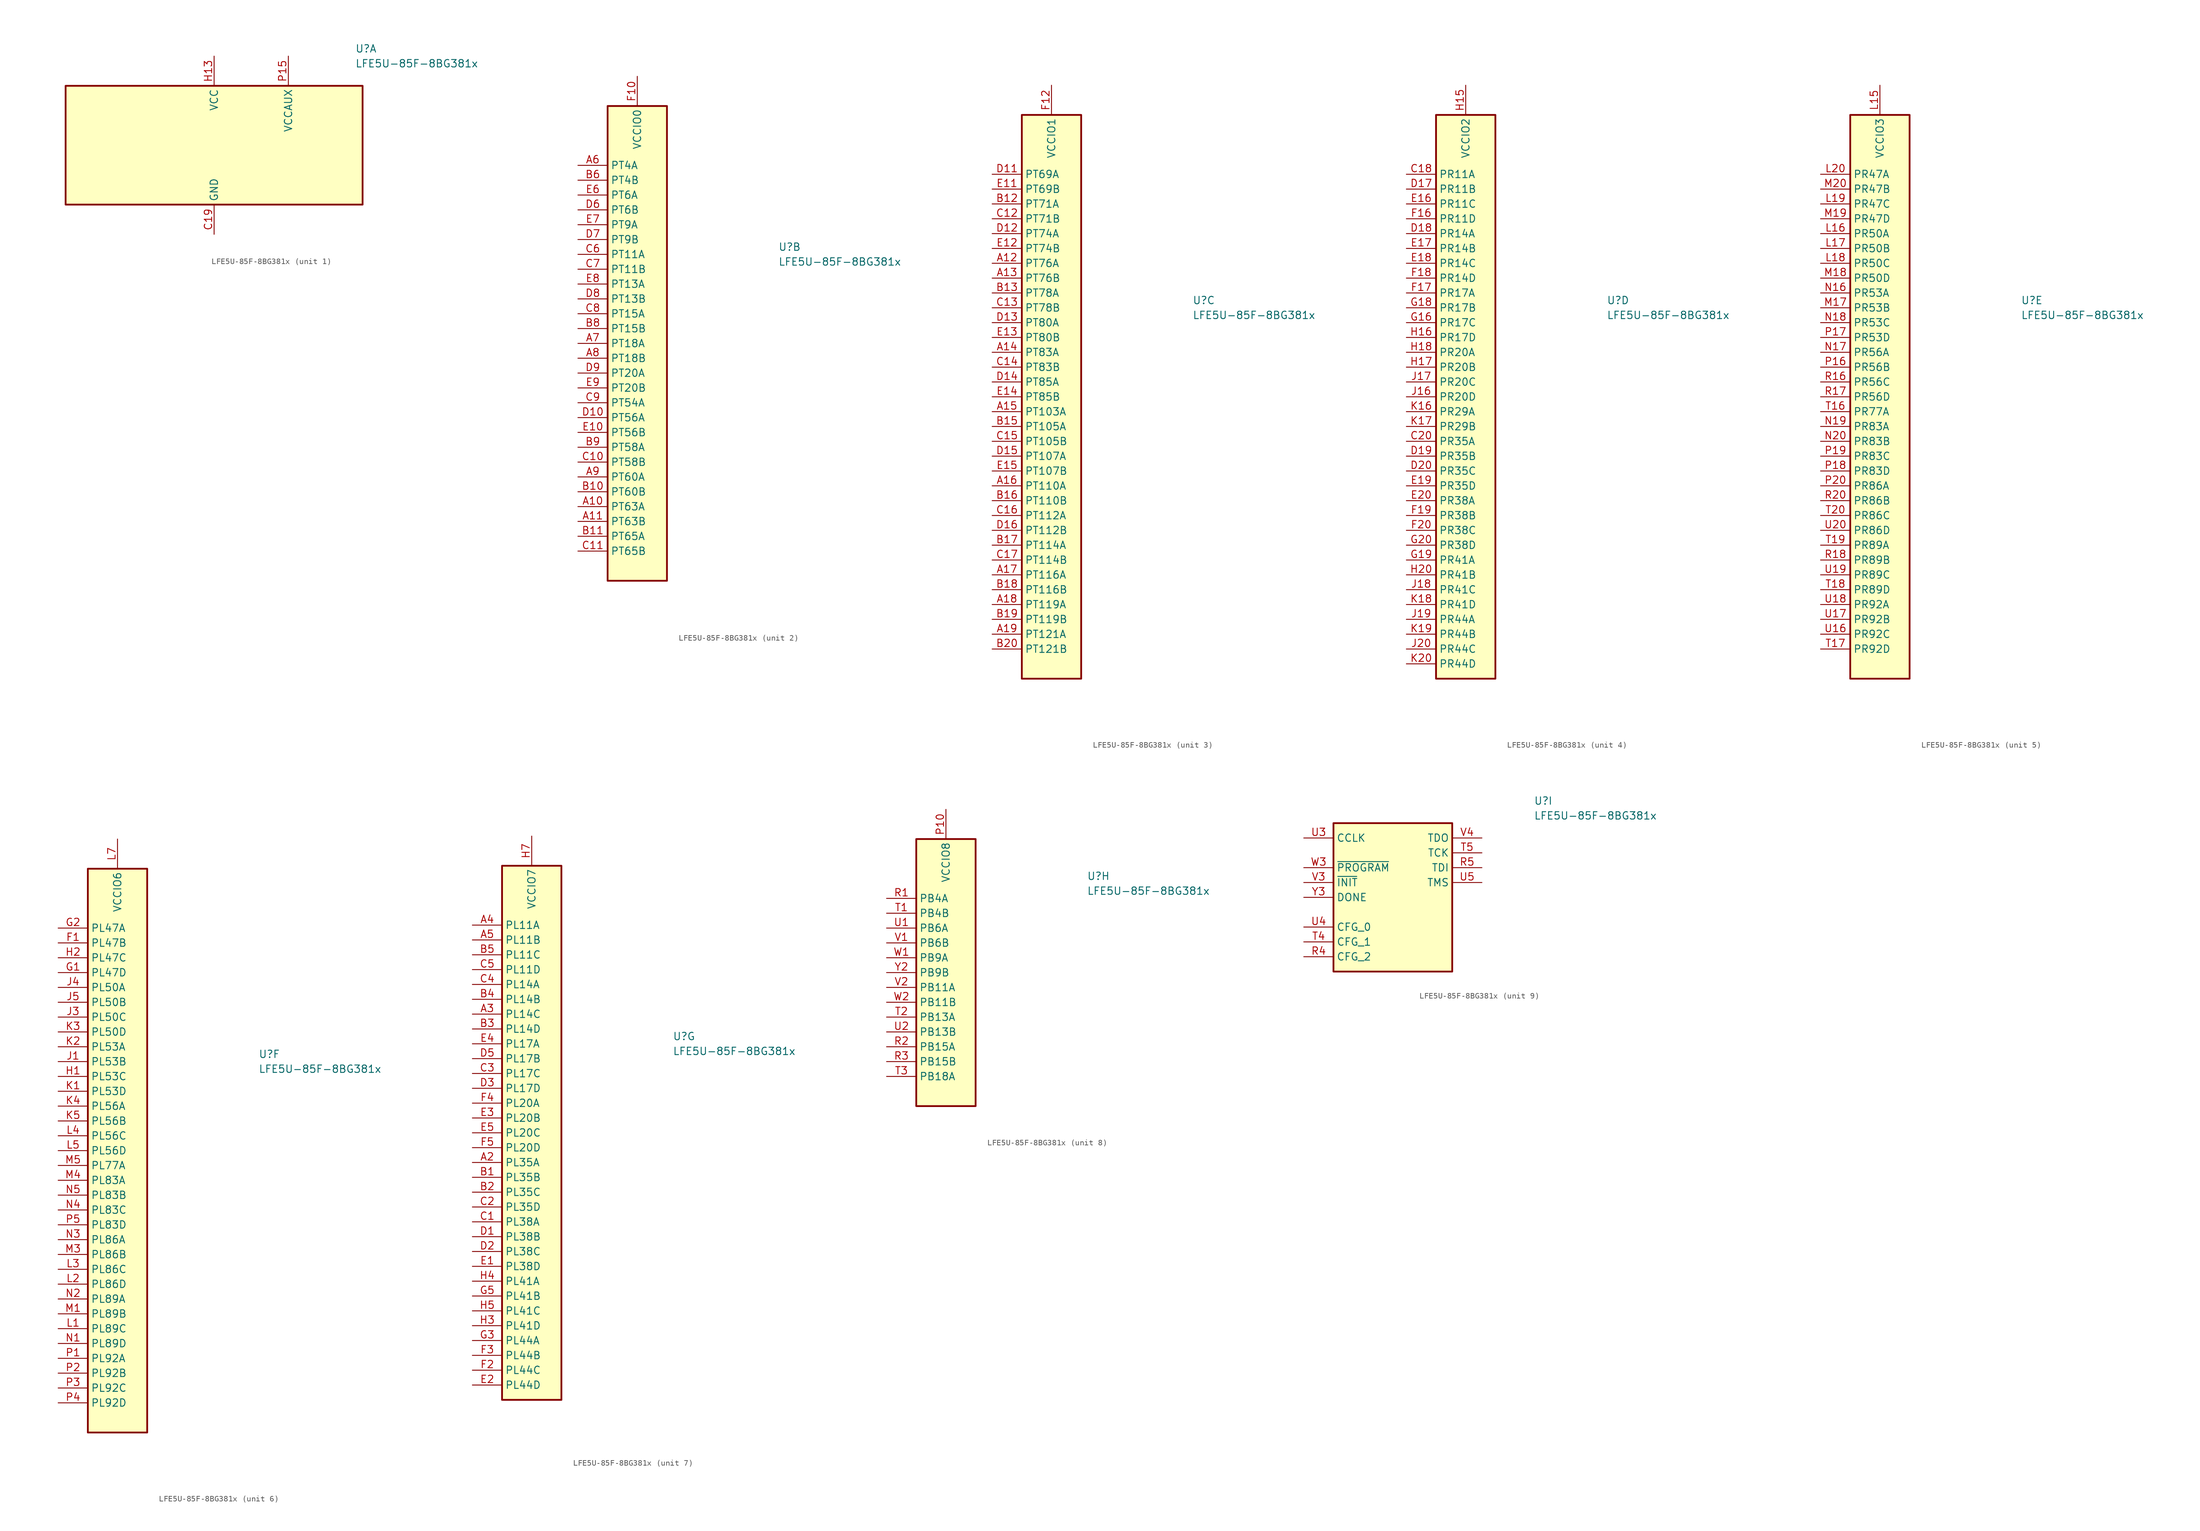
<source format=kicad_sym>
(kicad_symbol_lib
  (version 20201005)
  (generator kicad_symbol_editor)
  (symbol "FPGA_Lattice:LFE5U-85F-8BG381x"
    (property "Reference" "U"
      (at 24.13 16.51 0)
      (effects (font (size 1.27 1.27)) (justify left)))
    (property "Value" "LFE5U-85F-8BG381x"
      (at 24.13 13.97 0)
      (effects (font (size 1.27 1.27)) (justify left)))
    (property "ki_locked" ""
      (at 0 0 0)
      (effects (font (size 1.27 1.27))))
    (symbol "LFE5U-85F-8BG381x_1_1"
      (rectangle (start -25.4 10.16) (end 25.4 -10.16) (stroke (width 0.305)) (fill (type background)))
      (pin passive line (at 0 -15.24 90) (length 5.08) hide (name "GND" (effects (font (size 1.27 1.27)))) (number "U10" (effects (font (size 1.27 1.27)))))
      (pin passive line (at 0 -15.24 90) (length 5.08) hide (name "GND" (effects (font (size 1.27 1.27)))) (number "U11" (effects (font (size 1.27 1.27)))))
      (pin passive line (at 0 -15.24 90) (length 5.08) hide (name "GND" (effects (font (size 1.27 1.27)))) (number "U12" (effects (font (size 1.27 1.27)))))
      (pin passive line (at 0 -15.24 90) (length 5.08) hide (name "GND" (effects (font (size 1.27 1.27)))) (number "U13" (effects (font (size 1.27 1.27)))))
      (pin passive line (at 0 -15.24 90) (length 5.08) hide (name "GND" (effects (font (size 1.27 1.27)))) (number "U14" (effects (font (size 1.27 1.27)))))
      (pin passive line (at 0 -15.24 90) (length 5.08) hide (name "GND" (effects (font (size 1.27 1.27)))) (number "U7" (effects (font (size 1.27 1.27)))))
      (pin passive line (at 0 -15.24 90) (length 5.08) hide (name "GND" (effects (font (size 1.27 1.27)))) (number "U8" (effects (font (size 1.27 1.27)))))
      (pin passive line (at 0 -15.24 90) (length 5.08) hide (name "GND" (effects (font (size 1.27 1.27)))) (number "U9" (effects (font (size 1.27 1.27)))))
      (pin passive line (at 0 -15.24 90) (length 5.08) hide (name "GND" (effects (font (size 1.27 1.27)))) (number "V12" (effects (font (size 1.27 1.27)))))
      (pin passive line (at 0 -15.24 90) (length 5.08) hide (name "GND" (effects (font (size 1.27 1.27)))) (number "V13" (effects (font (size 1.27 1.27)))))
      (pin passive line (at 0 -15.24 90) (length 5.08) hide (name "GND" (effects (font (size 1.27 1.27)))) (number "V14" (effects (font (size 1.27 1.27)))))
      (pin passive line (at 0 -15.24 90) (length 5.08) hide (name "GND" (effects (font (size 1.27 1.27)))) (number "V15" (effects (font (size 1.27 1.27)))))
      (pin passive line (at 0 -15.24 90) (length 5.08) hide (name "GND" (effects (font (size 1.27 1.27)))) (number "V16" (effects (font (size 1.27 1.27)))))
      (pin passive line (at 0 -15.24 90) (length 5.08) hide (name "GND" (effects (font (size 1.27 1.27)))) (number "V19" (effects (font (size 1.27 1.27)))))
      (pin passive line (at 0 -15.24 90) (length 5.08) hide (name "GND" (effects (font (size 1.27 1.27)))) (number "V20" (effects (font (size 1.27 1.27)))))
      (pin passive line (at 0 -15.24 90) (length 5.08) hide (name "GND" (effects (font (size 1.27 1.27)))) (number "V5" (effects (font (size 1.27 1.27)))))
      (pin passive line (at 0 -15.24 90) (length 5.08) hide (name "GND" (effects (font (size 1.27 1.27)))) (number "V6" (effects (font (size 1.27 1.27)))))
      (pin passive line (at 0 -15.24 90) (length 5.08) hide (name "GND" (effects (font (size 1.27 1.27)))) (number "V7" (effects (font (size 1.27 1.27)))))
      (pin passive line (at 0 -15.24 90) (length 5.08) hide (name "GND" (effects (font (size 1.27 1.27)))) (number "V8" (effects (font (size 1.27 1.27)))))
      (pin passive line (at 0 -15.24 90) (length 5.08) hide (name "GND" (effects (font (size 1.27 1.27)))) (number "V9" (effects (font (size 1.27 1.27)))))
      (pin passive line (at 0 -15.24 90) (length 5.08) hide (name "GND" (effects (font (size 1.27 1.27)))) (number "W12" (effects (font (size 1.27 1.27)))))
      (pin passive line (at 0 -15.24 90) (length 5.08) hide (name "GND" (effects (font (size 1.27 1.27)))) (number "W15" (effects (font (size 1.27 1.27)))))
      (pin passive line (at 0 -15.24 90) (length 5.08) hide (name "GND" (effects (font (size 1.27 1.27)))) (number "W16" (effects (font (size 1.27 1.27)))))
      (pin passive line (at 0 -15.24 90) (length 5.08) hide (name "GND" (effects (font (size 1.27 1.27)))) (number "W19" (effects (font (size 1.27 1.27)))))
      (pin passive line (at 0 -15.24 90) (length 5.08) hide (name "GND" (effects (font (size 1.27 1.27)))) (number "W6" (effects (font (size 1.27 1.27)))))
      (pin passive line (at 0 -15.24 90) (length 5.08) hide (name "GND" (effects (font (size 1.27 1.27)))) (number "W7" (effects (font (size 1.27 1.27)))))
      (pin passive line (at 0 -15.24 90) (length 5.08) hide (name "GND" (effects (font (size 1.27 1.27)))) (number "B14" (effects (font (size 1.27 1.27)))))
      (pin passive line (at 0 -15.24 90) (length 5.08) hide (name "GND" (effects (font (size 1.27 1.27)))) (number "B7" (effects (font (size 1.27 1.27)))))
      (pin power_in line (at 0 -15.24 90) (length 5.08) (name "GND" (effects (font (size 1.27 1.27)))) (number "C19" (effects (font (size 1.27 1.27)))))
      (pin passive line (at 0 -15.24 90) (length 5.08) hide (name "GND" (effects (font (size 1.27 1.27)))) (number "D4" (effects (font (size 1.27 1.27)))))
      (pin passive line (at 0 -15.24 90) (length 5.08) hide (name "GND" (effects (font (size 1.27 1.27)))) (number "F13" (effects (font (size 1.27 1.27)))))
      (pin passive line (at 0 -15.24 90) (length 5.08) hide (name "GND" (effects (font (size 1.27 1.27)))) (number "F14" (effects (font (size 1.27 1.27)))))
      (pin passive line (at 12.7 15.24 270) (length 5.08) hide (name "VCCAUX" (effects (font (size 1.27 1.27)))) (number "F15" (effects (font (size 1.27 1.27)))))
      (pin passive line (at 12.7 15.24 270) (length 5.08) hide (name "VCCAUX" (effects (font (size 1.27 1.27)))) (number "F6" (effects (font (size 1.27 1.27)))))
      (pin passive line (at 0 -15.24 90) (length 5.08) hide (name "GND" (effects (font (size 1.27 1.27)))) (number "F7" (effects (font (size 1.27 1.27)))))
      (pin passive line (at 0 -15.24 90) (length 5.08) hide (name "GND" (effects (font (size 1.27 1.27)))) (number "F8" (effects (font (size 1.27 1.27)))))
      (pin passive line (at 0 -15.24 90) (length 5.08) hide (name "GND" (effects (font (size 1.27 1.27)))) (number "G10" (effects (font (size 1.27 1.27)))))
      (pin passive line (at 0 -15.24 90) (length 5.08) hide (name "GND" (effects (font (size 1.27 1.27)))) (number "G11" (effects (font (size 1.27 1.27)))))
      (pin passive line (at 0 -15.24 90) (length 5.08) hide (name "GND" (effects (font (size 1.27 1.27)))) (number "G12" (effects (font (size 1.27 1.27)))))
      (pin passive line (at 0 -15.24 90) (length 5.08) hide (name "GND" (effects (font (size 1.27 1.27)))) (number "G13" (effects (font (size 1.27 1.27)))))
      (pin passive line (at 0 -15.24 90) (length 5.08) hide (name "GND" (effects (font (size 1.27 1.27)))) (number "G14" (effects (font (size 1.27 1.27)))))
      (pin passive line (at 0 -15.24 90) (length 5.08) hide (name "GND" (effects (font (size 1.27 1.27)))) (number "G15" (effects (font (size 1.27 1.27)))))
      (pin passive line (at 0 -15.24 90) (length 5.08) hide (name "GND" (effects (font (size 1.27 1.27)))) (number "G17" (effects (font (size 1.27 1.27)))))
      (pin passive line (at 0 -15.24 90) (length 5.08) hide (name "GND" (effects (font (size 1.27 1.27)))) (number "G4" (effects (font (size 1.27 1.27)))))
      (pin passive line (at 0 -15.24 90) (length 5.08) hide (name "GND" (effects (font (size 1.27 1.27)))) (number "G6" (effects (font (size 1.27 1.27)))))
      (pin passive line (at 0 -15.24 90) (length 5.08) hide (name "GND" (effects (font (size 1.27 1.27)))) (number "G7" (effects (font (size 1.27 1.27)))))
      (pin passive line (at 0 -15.24 90) (length 5.08) hide (name "GND" (effects (font (size 1.27 1.27)))) (number "G8" (effects (font (size 1.27 1.27)))))
      (pin passive line (at 0 -15.24 90) (length 5.08) hide (name "GND" (effects (font (size 1.27 1.27)))) (number "G9" (effects (font (size 1.27 1.27)))))
      (pin passive line (at 0 15.24 270) (length 5.08) hide (name "VCC" (effects (font (size 1.27 1.27)))) (number "H10" (effects (font (size 1.27 1.27)))))
      (pin passive line (at 0 15.24 270) (length 5.08) hide (name "VCC" (effects (font (size 1.27 1.27)))) (number "H11" (effects (font (size 1.27 1.27)))))
      (pin passive line (at 0 15.24 270) (length 5.08) hide (name "VCC" (effects (font (size 1.27 1.27)))) (number "H12" (effects (font (size 1.27 1.27)))))
      (pin power_in line (at 0 15.24 270) (length 5.08) (name "VCC" (effects (font (size 1.27 1.27)))) (number "H13" (effects (font (size 1.27 1.27)))))
      (pin passive line (at 0 -15.24 90) (length 5.08) hide (name "GND" (effects (font (size 1.27 1.27)))) (number "H19" (effects (font (size 1.27 1.27)))))
      (pin passive line (at 0 15.24 270) (length 5.08) hide (name "VCC" (effects (font (size 1.27 1.27)))) (number "H8" (effects (font (size 1.27 1.27)))))
      (pin passive line (at 0 15.24 270) (length 5.08) hide (name "VCC" (effects (font (size 1.27 1.27)))) (number "H9" (effects (font (size 1.27 1.27)))))
      (pin passive line (at 0 -15.24 90) (length 5.08) hide (name "GND" (effects (font (size 1.27 1.27)))) (number "J10" (effects (font (size 1.27 1.27)))))
      (pin passive line (at 0 -15.24 90) (length 5.08) hide (name "GND" (effects (font (size 1.27 1.27)))) (number "J11" (effects (font (size 1.27 1.27)))))
      (pin passive line (at 0 -15.24 90) (length 5.08) hide (name "GND" (effects (font (size 1.27 1.27)))) (number "J12" (effects (font (size 1.27 1.27)))))
      (pin passive line (at 0 15.24 270) (length 5.08) hide (name "VCC" (effects (font (size 1.27 1.27)))) (number "J13" (effects (font (size 1.27 1.27)))))
      (pin passive line (at 0 -15.24 90) (length 5.08) hide (name "GND" (effects (font (size 1.27 1.27)))) (number "J14" (effects (font (size 1.27 1.27)))))
      (pin passive line (at 0 -15.24 90) (length 5.08) hide (name "GND" (effects (font (size 1.27 1.27)))) (number "J2" (effects (font (size 1.27 1.27)))))
      (pin passive line (at 0 -15.24 90) (length 5.08) hide (name "GND" (effects (font (size 1.27 1.27)))) (number "J7" (effects (font (size 1.27 1.27)))))
      (pin passive line (at 0 15.24 270) (length 5.08) hide (name "VCC" (effects (font (size 1.27 1.27)))) (number "J8" (effects (font (size 1.27 1.27)))))
      (pin passive line (at 0 -15.24 90) (length 5.08) hide (name "GND" (effects (font (size 1.27 1.27)))) (number "J9" (effects (font (size 1.27 1.27)))))
      (pin passive line (at 0 -15.24 90) (length 5.08) hide (name "GND" (effects (font (size 1.27 1.27)))) (number "K10" (effects (font (size 1.27 1.27)))))
      (pin passive line (at 0 -15.24 90) (length 5.08) hide (name "GND" (effects (font (size 1.27 1.27)))) (number "K11" (effects (font (size 1.27 1.27)))))
      (pin passive line (at 0 -15.24 90) (length 5.08) hide (name "GND" (effects (font (size 1.27 1.27)))) (number "K12" (effects (font (size 1.27 1.27)))))
      (pin passive line (at 0 15.24 270) (length 5.08) hide (name "VCC" (effects (font (size 1.27 1.27)))) (number "K13" (effects (font (size 1.27 1.27)))))
      (pin passive line (at 0 -15.24 90) (length 5.08) hide (name "GND" (effects (font (size 1.27 1.27)))) (number "K14" (effects (font (size 1.27 1.27)))))
      (pin passive line (at 0 -15.24 90) (length 5.08) hide (name "GND" (effects (font (size 1.27 1.27)))) (number "K15" (effects (font (size 1.27 1.27)))))
      (pin passive line (at 0 -15.24 90) (length 5.08) hide (name "GND" (effects (font (size 1.27 1.27)))) (number "K6" (effects (font (size 1.27 1.27)))))
      (pin passive line (at 0 -15.24 90) (length 5.08) hide (name "GND" (effects (font (size 1.27 1.27)))) (number "K7" (effects (font (size 1.27 1.27)))))
      (pin passive line (at 0 15.24 270) (length 5.08) hide (name "VCC" (effects (font (size 1.27 1.27)))) (number "K8" (effects (font (size 1.27 1.27)))))
      (pin passive line (at 0 -15.24 90) (length 5.08) hide (name "GND" (effects (font (size 1.27 1.27)))) (number "K9" (effects (font (size 1.27 1.27)))))
      (pin passive line (at 0 -15.24 90) (length 5.08) hide (name "GND" (effects (font (size 1.27 1.27)))) (number "L10" (effects (font (size 1.27 1.27)))))
      (pin passive line (at 0 -15.24 90) (length 5.08) hide (name "GND" (effects (font (size 1.27 1.27)))) (number "L11" (effects (font (size 1.27 1.27)))))
      (pin passive line (at 0 -15.24 90) (length 5.08) hide (name "GND" (effects (font (size 1.27 1.27)))) (number "L12" (effects (font (size 1.27 1.27)))))
      (pin passive line (at 0 15.24 270) (length 5.08) hide (name "VCC" (effects (font (size 1.27 1.27)))) (number "L13" (effects (font (size 1.27 1.27)))))
      (pin passive line (at 0 15.24 270) (length 5.08) hide (name "VCC" (effects (font (size 1.27 1.27)))) (number "L8" (effects (font (size 1.27 1.27)))))
      (pin passive line (at 0 -15.24 90) (length 5.08) hide (name "GND" (effects (font (size 1.27 1.27)))) (number "L9" (effects (font (size 1.27 1.27)))))
      (pin passive line (at 0 -15.24 90) (length 5.08) hide (name "GND" (effects (font (size 1.27 1.27)))) (number "M10" (effects (font (size 1.27 1.27)))))
      (pin passive line (at 0 -15.24 90) (length 5.08) hide (name "GND" (effects (font (size 1.27 1.27)))) (number "M11" (effects (font (size 1.27 1.27)))))
      (pin passive line (at 0 -15.24 90) (length 5.08) hide (name "GND" (effects (font (size 1.27 1.27)))) (number "M12" (effects (font (size 1.27 1.27)))))
      (pin passive line (at 0 15.24 270) (length 5.08) hide (name "VCC" (effects (font (size 1.27 1.27)))) (number "M13" (effects (font (size 1.27 1.27)))))
      (pin passive line (at 0 -15.24 90) (length 5.08) hide (name "GND" (effects (font (size 1.27 1.27)))) (number "M14" (effects (font (size 1.27 1.27)))))
      (pin passive line (at 0 -15.24 90) (length 5.08) hide (name "GND" (effects (font (size 1.27 1.27)))) (number "M16" (effects (font (size 1.27 1.27)))))
      (pin passive line (at 0 -15.24 90) (length 5.08) hide (name "GND" (effects (font (size 1.27 1.27)))) (number "M2" (effects (font (size 1.27 1.27)))))
      (pin passive line (at 0 -15.24 90) (length 5.08) hide (name "GND" (effects (font (size 1.27 1.27)))) (number "M7" (effects (font (size 1.27 1.27)))))
      (pin passive line (at 0 15.24 270) (length 5.08) hide (name "VCC" (effects (font (size 1.27 1.27)))) (number "M8" (effects (font (size 1.27 1.27)))))
      (pin passive line (at 0 -15.24 90) (length 5.08) hide (name "GND" (effects (font (size 1.27 1.27)))) (number "M9" (effects (font (size 1.27 1.27)))))
      (pin passive line (at 0 15.24 270) (length 5.08) hide (name "VCC" (effects (font (size 1.27 1.27)))) (number "N10" (effects (font (size 1.27 1.27)))))
      (pin passive line (at 0 15.24 270) (length 5.08) hide (name "VCC" (effects (font (size 1.27 1.27)))) (number "N11" (effects (font (size 1.27 1.27)))))
      (pin passive line (at 0 15.24 270) (length 5.08) hide (name "VCC" (effects (font (size 1.27 1.27)))) (number "N12" (effects (font (size 1.27 1.27)))))
      (pin passive line (at 0 15.24 270) (length 5.08) hide (name "VCC" (effects (font (size 1.27 1.27)))) (number "N13" (effects (font (size 1.27 1.27)))))
      (pin passive line (at 0 -15.24 90) (length 5.08) hide (name "GND" (effects (font (size 1.27 1.27)))) (number "N14" (effects (font (size 1.27 1.27)))))
      (pin passive line (at 0 -15.24 90) (length 5.08) hide (name "GND" (effects (font (size 1.27 1.27)))) (number "N15" (effects (font (size 1.27 1.27)))))
      (pin passive line (at 0 -15.24 90) (length 5.08) hide (name "GND" (effects (font (size 1.27 1.27)))) (number "N6" (effects (font (size 1.27 1.27)))))
      (pin passive line (at 0 -15.24 90) (length 5.08) hide (name "GND" (effects (font (size 1.27 1.27)))) (number "N7" (effects (font (size 1.27 1.27)))))
      (pin passive line (at 0 15.24 270) (length 5.08) hide (name "VCC" (effects (font (size 1.27 1.27)))) (number "N8" (effects (font (size 1.27 1.27)))))
      (pin passive line (at 0 15.24 270) (length 5.08) hide (name "VCC" (effects (font (size 1.27 1.27)))) (number "N9" (effects (font (size 1.27 1.27)))))
      (pin passive line (at 0 -15.24 90) (length 5.08) hide (name "GND" (effects (font (size 1.27 1.27)))) (number "P11" (effects (font (size 1.27 1.27)))))
      (pin passive line (at 0 -15.24 90) (length 5.08) hide (name "GND" (effects (font (size 1.27 1.27)))) (number "P12" (effects (font (size 1.27 1.27)))))
      (pin passive line (at 0 -15.24 90) (length 5.08) hide (name "GND" (effects (font (size 1.27 1.27)))) (number "P13" (effects (font (size 1.27 1.27)))))
      (pin passive line (at 0 -15.24 90) (length 5.08) hide (name "GND" (effects (font (size 1.27 1.27)))) (number "P14" (effects (font (size 1.27 1.27)))))
      (pin power_in line (at 12.7 15.24 270) (length 5.08) (name "VCCAUX" (effects (font (size 1.27 1.27)))) (number "P15" (effects (font (size 1.27 1.27)))))
      (pin passive line (at 12.7 15.24 270) (length 5.08) hide (name "VCCAUX" (effects (font (size 1.27 1.27)))) (number "P6" (effects (font (size 1.27 1.27)))))
      (pin passive line (at 0 -15.24 90) (length 5.08) hide (name "GND" (effects (font (size 1.27 1.27)))) (number "P7" (effects (font (size 1.27 1.27)))))
      (pin passive line (at 0 -15.24 90) (length 5.08) hide (name "GND" (effects (font (size 1.27 1.27)))) (number "P8" (effects (font (size 1.27 1.27)))))
      (pin passive line (at 0 -15.24 90) (length 5.08) hide (name "GND" (effects (font (size 1.27 1.27)))) (number "R19" (effects (font (size 1.27 1.27)))))
      (pin passive line (at 0 -15.24 90) (length 5.08) hide (name "GND" (effects (font (size 1.27 1.27)))) (number "T10" (effects (font (size 1.27 1.27)))))
      (pin passive line (at 0 -15.24 90) (length 5.08) hide (name "GND" (effects (font (size 1.27 1.27)))) (number "T11" (effects (font (size 1.27 1.27)))))
      (pin passive line (at 0 -15.24 90) (length 5.08) hide (name "GND" (effects (font (size 1.27 1.27)))) (number "T12" (effects (font (size 1.27 1.27)))))
      (pin passive line (at 0 -15.24 90) (length 5.08) hide (name "GND" (effects (font (size 1.27 1.27)))) (number "T13" (effects (font (size 1.27 1.27)))))
      (pin passive line (at 0 -15.24 90) (length 5.08) hide (name "GND" (effects (font (size 1.27 1.27)))) (number "T14" (effects (font (size 1.27 1.27)))))
      (pin passive line (at 0 -15.24 90) (length 5.08) hide (name "GND" (effects (font (size 1.27 1.27)))) (number "T15" (effects (font (size 1.27 1.27)))))
      (pin passive line (at 0 -15.24 90) (length 5.08) hide (name "GND" (effects (font (size 1.27 1.27)))) (number "T6" (effects (font (size 1.27 1.27)))))
      (pin passive line (at 0 -15.24 90) (length 5.08) hide (name "GND" (effects (font (size 1.27 1.27)))) (number "T7" (effects (font (size 1.27 1.27)))))
      (pin passive line (at 0 -15.24 90) (length 5.08) hide (name "GND" (effects (font (size 1.27 1.27)))) (number "T8" (effects (font (size 1.27 1.27)))))
      (pin passive line (at 0 -15.24 90) (length 5.08) hide (name "GND" (effects (font (size 1.27 1.27)))) (number "T9" (effects (font (size 1.27 1.27)))))
      (pin passive line (at 0 -15.24 90) (length 5.08) hide (name "GND" (effects (font (size 1.27 1.27)))) (number "U15" (effects (font (size 1.27 1.27)))))
      (pin passive line (at 0 -15.24 90) (length 5.08) hide (name "GND" (effects (font (size 1.27 1.27)))) (number "U6" (effects (font (size 1.27 1.27)))))
      (pin passive line (at 0 -15.24 90) (length 5.08) hide (name "GND" (effects (font (size 1.27 1.27)))) (number "V10" (effects (font (size 1.27 1.27)))))
      (pin passive line (at 0 -15.24 90) (length 5.08) hide (name "GND" (effects (font (size 1.27 1.27)))) (number "V11" (effects (font (size 1.27 1.27)))))
      (pin passive line (at 0 -15.24 90) (length 5.08) hide (name "GND" (effects (font (size 1.27 1.27)))) (number "V17" (effects (font (size 1.27 1.27)))))
      (pin passive line (at 0 -15.24 90) (length 5.08) hide (name "GND" (effects (font (size 1.27 1.27)))) (number "V18" (effects (font (size 1.27 1.27)))))
      (pin no_connect line (at 25.4 -5.08 180) (length 5.08) hide (name "RESERVED" (effects (font (size 1.27 1.27)))) (number "W13" (effects (font (size 1.27 1.27)))))
      (pin no_connect line (at 25.4 -2.54 180) (length 5.08) hide (name "RESERVED" (effects (font (size 1.27 1.27)))) (number "W14" (effects (font (size 1.27 1.27)))))
      (pin no_connect line (at 25.4 0 180) (length 5.08) hide (name "RESERVED" (effects (font (size 1.27 1.27)))) (number "W17" (effects (font (size 1.27 1.27)))))
      (pin no_connect line (at 25.4 2.54 180) (length 5.08) hide (name "RESERVED" (effects (font (size 1.27 1.27)))) (number "W18" (effects (font (size 1.27 1.27)))))
      (pin passive line (at 0 -15.24 90) (length 5.08) hide (name "GND" (effects (font (size 1.27 1.27)))) (number "W20" (effects (font (size 1.27 1.27)))))
      (pin no_connect line (at -25.4 2.54 0) (length 5.08) hide (name "RESERVED" (effects (font (size 1.27 1.27)))) (number "W4" (effects (font (size 1.27 1.27)))))
      (pin no_connect line (at -25.4 0 0) (length 5.08) hide (name "RESERVED" (effects (font (size 1.27 1.27)))) (number "W5" (effects (font (size 1.27 1.27)))))
      (pin no_connect line (at -25.4 -2.54 0) (length 5.08) hide (name "RESERVED" (effects (font (size 1.27 1.27)))) (number "W8" (effects (font (size 1.27 1.27)))))
      (pin no_connect line (at -25.4 -5.08 0) (length 5.08) hide (name "RESERVED" (effects (font (size 1.27 1.27)))) (number "W9" (effects (font (size 1.27 1.27)))))
      (pin passive line (at 0 -15.24 90) (length 5.08) hide (name "GND" (effects (font (size 1.27 1.27)))) (number "Y11" (effects (font (size 1.27 1.27)))))
      (pin passive line (at 0 -15.24 90) (length 5.08) hide (name "GND" (effects (font (size 1.27 1.27)))) (number "Y12" (effects (font (size 1.27 1.27)))))
      (pin passive line (at 0 -15.24 90) (length 5.08) hide (name "GND" (effects (font (size 1.27 1.27)))) (number "Y14" (effects (font (size 1.27 1.27)))))
      (pin passive line (at 0 -15.24 90) (length 5.08) hide (name "GND" (effects (font (size 1.27 1.27)))) (number "Y15" (effects (font (size 1.27 1.27)))))
      (pin passive line (at 0 -15.24 90) (length 5.08) hide (name "GND" (effects (font (size 1.27 1.27)))) (number "Y16" (effects (font (size 1.27 1.27)))))
      (pin passive line (at 0 -15.24 90) (length 5.08) hide (name "GND" (effects (font (size 1.27 1.27)))) (number "Y17" (effects (font (size 1.27 1.27)))))
      (pin passive line (at 0 -15.24 90) (length 5.08) hide (name "GND" (effects (font (size 1.27 1.27)))) (number "Y19" (effects (font (size 1.27 1.27)))))
      (pin passive line (at 0 -15.24 90) (length 5.08) hide (name "GND" (effects (font (size 1.27 1.27)))) (number "Y5" (effects (font (size 1.27 1.27)))))
      (pin passive line (at 0 -15.24 90) (length 5.08) hide (name "GND" (effects (font (size 1.27 1.27)))) (number "Y6" (effects (font (size 1.27 1.27)))))
      (pin passive line (at 0 -15.24 90) (length 5.08) hide (name "GND" (effects (font (size 1.27 1.27)))) (number "Y7" (effects (font (size 1.27 1.27)))))
      (pin passive line (at 0 -15.24 90) (length 5.08) hide (name "GND" (effects (font (size 1.27 1.27)))) (number "Y8" (effects (font (size 1.27 1.27))))))
    (symbol "LFE5U-85F-8BG381x_2_1"
      (rectangle (start -5.08 40.64) (end 5.08 -40.64) (stroke (width 0.305)) (fill (type background)))
      (pin bidirectional line (at -10.16 -27.94 0) (length 5.08) (name "PT63A" (effects (font (size 1.27 1.27)))) (number "A10" (effects (font (size 1.27 1.27)))))
      (pin bidirectional line (at -10.16 -30.48 0) (length 5.08) (name "PT63B" (effects (font (size 1.27 1.27)))) (number "A11" (effects (font (size 1.27 1.27)))))
      (pin bidirectional line (at -10.16 30.48 0) (length 5.08) (name "PT4A" (effects (font (size 1.27 1.27)))) (number "A6" (effects (font (size 1.27 1.27)))))
      (pin bidirectional line (at -10.16 0 0) (length 5.08) (name "PT18A" (effects (font (size 1.27 1.27)))) (number "A7" (effects (font (size 1.27 1.27)))))
      (pin bidirectional line (at -10.16 -2.54 0) (length 5.08) (name "PT18B" (effects (font (size 1.27 1.27)))) (number "A8" (effects (font (size 1.27 1.27)))))
      (pin bidirectional line (at -10.16 -22.86 0) (length 5.08) (name "PT60A" (effects (font (size 1.27 1.27)))) (number "A9" (effects (font (size 1.27 1.27)))))
      (pin bidirectional line (at -10.16 -25.4 0) (length 5.08) (name "PT60B" (effects (font (size 1.27 1.27)))) (number "B10" (effects (font (size 1.27 1.27)))))
      (pin bidirectional line (at -10.16 -33.02 0) (length 5.08) (name "PT65A" (effects (font (size 1.27 1.27)))) (number "B11" (effects (font (size 1.27 1.27)))))
      (pin bidirectional line (at -10.16 27.94 0) (length 5.08) (name "PT4B" (effects (font (size 1.27 1.27)))) (number "B6" (effects (font (size 1.27 1.27)))))
      (pin bidirectional line (at -10.16 2.54 0) (length 5.08) (name "PT15B" (effects (font (size 1.27 1.27)))) (number "B8" (effects (font (size 1.27 1.27)))))
      (pin bidirectional line (at -10.16 -17.78 0) (length 5.08) (name "PT58A" (effects (font (size 1.27 1.27)))) (number "B9" (effects (font (size 1.27 1.27)))))
      (pin bidirectional line (at -10.16 -20.32 0) (length 5.08) (name "PT58B" (effects (font (size 1.27 1.27)))) (number "C10" (effects (font (size 1.27 1.27)))))
      (pin bidirectional line (at -10.16 -35.56 0) (length 5.08) (name "PT65B" (effects (font (size 1.27 1.27)))) (number "C11" (effects (font (size 1.27 1.27)))))
      (pin bidirectional line (at -10.16 15.24 0) (length 5.08) (name "PT11A" (effects (font (size 1.27 1.27)))) (number "C6" (effects (font (size 1.27 1.27)))))
      (pin bidirectional line (at -10.16 12.7 0) (length 5.08) (name "PT11B" (effects (font (size 1.27 1.27)))) (number "C7" (effects (font (size 1.27 1.27)))))
      (pin bidirectional line (at -10.16 5.08 0) (length 5.08) (name "PT15A" (effects (font (size 1.27 1.27)))) (number "C8" (effects (font (size 1.27 1.27)))))
      (pin bidirectional line (at -10.16 -10.16 0) (length 5.08) (name "PT54A" (effects (font (size 1.27 1.27)))) (number "C9" (effects (font (size 1.27 1.27)))))
      (pin bidirectional line (at -10.16 -12.7 0) (length 5.08) (name "PT56A" (effects (font (size 1.27 1.27)))) (number "D10" (effects (font (size 1.27 1.27)))))
      (pin bidirectional line (at -10.16 22.86 0) (length 5.08) (name "PT6B" (effects (font (size 1.27 1.27)))) (number "D6" (effects (font (size 1.27 1.27)))))
      (pin bidirectional line (at -10.16 17.78 0) (length 5.08) (name "PT9B" (effects (font (size 1.27 1.27)))) (number "D7" (effects (font (size 1.27 1.27)))))
      (pin bidirectional line (at -10.16 7.62 0) (length 5.08) (name "PT13B" (effects (font (size 1.27 1.27)))) (number "D8" (effects (font (size 1.27 1.27)))))
      (pin bidirectional line (at -10.16 -5.08 0) (length 5.08) (name "PT20A" (effects (font (size 1.27 1.27)))) (number "D9" (effects (font (size 1.27 1.27)))))
      (pin bidirectional line (at -10.16 -15.24 0) (length 5.08) (name "PT56B" (effects (font (size 1.27 1.27)))) (number "E10" (effects (font (size 1.27 1.27)))))
      (pin bidirectional line (at -10.16 25.4 0) (length 5.08) (name "PT6A" (effects (font (size 1.27 1.27)))) (number "E6" (effects (font (size 1.27 1.27)))))
      (pin bidirectional line (at -10.16 20.32 0) (length 5.08) (name "PT9A" (effects (font (size 1.27 1.27)))) (number "E7" (effects (font (size 1.27 1.27)))))
      (pin bidirectional line (at -10.16 10.16 0) (length 5.08) (name "PT13A" (effects (font (size 1.27 1.27)))) (number "E8" (effects (font (size 1.27 1.27)))))
      (pin bidirectional line (at -10.16 -7.62 0) (length 5.08) (name "PT20B" (effects (font (size 1.27 1.27)))) (number "E9" (effects (font (size 1.27 1.27)))))
      (pin power_in line (at 0 45.72 270) (length 5.08) (name "VCCIO0" (effects (font (size 1.27 1.27)))) (number "F10" (effects (font (size 1.27 1.27)))))
      (pin passive line (at 0 45.72 270) (length 5.08) hide (name "VCCIO0" (effects (font (size 1.27 1.27)))) (number "F9" (effects (font (size 1.27 1.27))))))
    (symbol "LFE5U-85F-8BG381x_3_1"
      (rectangle (start -5.08 48.26) (end 5.08 -48.26) (stroke (width 0.305)) (fill (type background)))
      (pin bidirectional line (at -10.16 22.86 0) (length 5.08) (name "PT76A" (effects (font (size 1.27 1.27)))) (number "A12" (effects (font (size 1.27 1.27)))))
      (pin bidirectional line (at -10.16 20.32 0) (length 5.08) (name "PT76B" (effects (font (size 1.27 1.27)))) (number "A13" (effects (font (size 1.27 1.27)))))
      (pin bidirectional line (at -10.16 7.62 0) (length 5.08) (name "PT83A" (effects (font (size 1.27 1.27)))) (number "A14" (effects (font (size 1.27 1.27)))))
      (pin bidirectional line (at -10.16 -2.54 0) (length 5.08) (name "PT103A" (effects (font (size 1.27 1.27)))) (number "A15" (effects (font (size 1.27 1.27)))))
      (pin bidirectional line (at -10.16 -15.24 0) (length 5.08) (name "PT110A" (effects (font (size 1.27 1.27)))) (number "A16" (effects (font (size 1.27 1.27)))))
      (pin bidirectional line (at -10.16 -30.48 0) (length 5.08) (name "PT116A" (effects (font (size 1.27 1.27)))) (number "A17" (effects (font (size 1.27 1.27)))))
      (pin bidirectional line (at -10.16 -35.56 0) (length 5.08) (name "PT119A" (effects (font (size 1.27 1.27)))) (number "A18" (effects (font (size 1.27 1.27)))))
      (pin bidirectional line (at -10.16 -40.64 0) (length 5.08) (name "PT121A" (effects (font (size 1.27 1.27)))) (number "A19" (effects (font (size 1.27 1.27)))))
      (pin bidirectional line (at -10.16 33.02 0) (length 5.08) (name "PT71A" (effects (font (size 1.27 1.27)))) (number "B12" (effects (font (size 1.27 1.27)))))
      (pin bidirectional line (at -10.16 17.78 0) (length 5.08) (name "PT78A" (effects (font (size 1.27 1.27)))) (number "B13" (effects (font (size 1.27 1.27)))))
      (pin bidirectional line (at -10.16 -5.08 0) (length 5.08) (name "PT105A" (effects (font (size 1.27 1.27)))) (number "B15" (effects (font (size 1.27 1.27)))))
      (pin bidirectional line (at -10.16 -17.78 0) (length 5.08) (name "PT110B" (effects (font (size 1.27 1.27)))) (number "B16" (effects (font (size 1.27 1.27)))))
      (pin bidirectional line (at -10.16 -25.4 0) (length 5.08) (name "PT114A" (effects (font (size 1.27 1.27)))) (number "B17" (effects (font (size 1.27 1.27)))))
      (pin bidirectional line (at -10.16 -33.02 0) (length 5.08) (name "PT116B" (effects (font (size 1.27 1.27)))) (number "B18" (effects (font (size 1.27 1.27)))))
      (pin bidirectional line (at -10.16 -38.1 0) (length 5.08) (name "PT119B" (effects (font (size 1.27 1.27)))) (number "B19" (effects (font (size 1.27 1.27)))))
      (pin bidirectional line (at -10.16 -43.18 0) (length 5.08) (name "PT121B" (effects (font (size 1.27 1.27)))) (number "B20" (effects (font (size 1.27 1.27)))))
      (pin bidirectional line (at -10.16 30.48 0) (length 5.08) (name "PT71B" (effects (font (size 1.27 1.27)))) (number "C12" (effects (font (size 1.27 1.27)))))
      (pin bidirectional line (at -10.16 15.24 0) (length 5.08) (name "PT78B" (effects (font (size 1.27 1.27)))) (number "C13" (effects (font (size 1.27 1.27)))))
      (pin bidirectional line (at -10.16 5.08 0) (length 5.08) (name "PT83B" (effects (font (size 1.27 1.27)))) (number "C14" (effects (font (size 1.27 1.27)))))
      (pin bidirectional line (at -10.16 -7.62 0) (length 5.08) (name "PT105B" (effects (font (size 1.27 1.27)))) (number "C15" (effects (font (size 1.27 1.27)))))
      (pin bidirectional line (at -10.16 -20.32 0) (length 5.08) (name "PT112A" (effects (font (size 1.27 1.27)))) (number "C16" (effects (font (size 1.27 1.27)))))
      (pin bidirectional line (at -10.16 -27.94 0) (length 5.08) (name "PT114B" (effects (font (size 1.27 1.27)))) (number "C17" (effects (font (size 1.27 1.27)))))
      (pin bidirectional line (at -10.16 38.1 0) (length 5.08) (name "PT69A" (effects (font (size 1.27 1.27)))) (number "D11" (effects (font (size 1.27 1.27)))))
      (pin bidirectional line (at -10.16 27.94 0) (length 5.08) (name "PT74A" (effects (font (size 1.27 1.27)))) (number "D12" (effects (font (size 1.27 1.27)))))
      (pin bidirectional line (at -10.16 12.7 0) (length 5.08) (name "PT80A" (effects (font (size 1.27 1.27)))) (number "D13" (effects (font (size 1.27 1.27)))))
      (pin bidirectional line (at -10.16 2.54 0) (length 5.08) (name "PT85A" (effects (font (size 1.27 1.27)))) (number "D14" (effects (font (size 1.27 1.27)))))
      (pin bidirectional line (at -10.16 -10.16 0) (length 5.08) (name "PT107A" (effects (font (size 1.27 1.27)))) (number "D15" (effects (font (size 1.27 1.27)))))
      (pin bidirectional line (at -10.16 -22.86 0) (length 5.08) (name "PT112B" (effects (font (size 1.27 1.27)))) (number "D16" (effects (font (size 1.27 1.27)))))
      (pin bidirectional line (at -10.16 35.56 0) (length 5.08) (name "PT69B" (effects (font (size 1.27 1.27)))) (number "E11" (effects (font (size 1.27 1.27)))))
      (pin bidirectional line (at -10.16 25.4 0) (length 5.08) (name "PT74B" (effects (font (size 1.27 1.27)))) (number "E12" (effects (font (size 1.27 1.27)))))
      (pin bidirectional line (at -10.16 10.16 0) (length 5.08) (name "PT80B" (effects (font (size 1.27 1.27)))) (number "E13" (effects (font (size 1.27 1.27)))))
      (pin bidirectional line (at -10.16 0 0) (length 5.08) (name "PT85B" (effects (font (size 1.27 1.27)))) (number "E14" (effects (font (size 1.27 1.27)))))
      (pin bidirectional line (at -10.16 -12.7 0) (length 5.08) (name "PT107B" (effects (font (size 1.27 1.27)))) (number "E15" (effects (font (size 1.27 1.27)))))
      (pin passive line (at 0 53.34 270) (length 5.08) hide (name "VCCIO1" (effects (font (size 1.27 1.27)))) (number "F11" (effects (font (size 1.27 1.27)))))
      (pin power_in line (at 0 53.34 270) (length 5.08) (name "VCCIO1" (effects (font (size 1.27 1.27)))) (number "F12" (effects (font (size 1.27 1.27))))))
    (symbol "LFE5U-85F-8BG381x_4_1"
      (rectangle (start -5.08 48.26) (end 5.08 -48.26) (stroke (width 0.305)) (fill (type background)))
      (pin bidirectional line (at -10.16 38.1 0) (length 5.08) (name "PR11A" (effects (font (size 1.27 1.27)))) (number "C18" (effects (font (size 1.27 1.27)))))
      (pin bidirectional line (at -10.16 -7.62 0) (length 5.08) (name "PR35A" (effects (font (size 1.27 1.27)))) (number "C20" (effects (font (size 1.27 1.27)))))
      (pin bidirectional line (at -10.16 35.56 0) (length 5.08) (name "PR11B" (effects (font (size 1.27 1.27)))) (number "D17" (effects (font (size 1.27 1.27)))))
      (pin bidirectional line (at -10.16 27.94 0) (length 5.08) (name "PR14A" (effects (font (size 1.27 1.27)))) (number "D18" (effects (font (size 1.27 1.27)))))
      (pin bidirectional line (at -10.16 -10.16 0) (length 5.08) (name "PR35B" (effects (font (size 1.27 1.27)))) (number "D19" (effects (font (size 1.27 1.27)))))
      (pin bidirectional line (at -10.16 -12.7 0) (length 5.08) (name "PR35C" (effects (font (size 1.27 1.27)))) (number "D20" (effects (font (size 1.27 1.27)))))
      (pin bidirectional line (at -10.16 33.02 0) (length 5.08) (name "PR11C" (effects (font (size 1.27 1.27)))) (number "E16" (effects (font (size 1.27 1.27)))))
      (pin bidirectional line (at -10.16 25.4 0) (length 5.08) (name "PR14B" (effects (font (size 1.27 1.27)))) (number "E17" (effects (font (size 1.27 1.27)))))
      (pin bidirectional line (at -10.16 22.86 0) (length 5.08) (name "PR14C" (effects (font (size 1.27 1.27)))) (number "E18" (effects (font (size 1.27 1.27)))))
      (pin bidirectional line (at -10.16 -15.24 0) (length 5.08) (name "PR35D" (effects (font (size 1.27 1.27)))) (number "E19" (effects (font (size 1.27 1.27)))))
      (pin bidirectional line (at -10.16 -17.78 0) (length 5.08) (name "PR38A" (effects (font (size 1.27 1.27)))) (number "E20" (effects (font (size 1.27 1.27)))))
      (pin bidirectional line (at -10.16 30.48 0) (length 5.08) (name "PR11D" (effects (font (size 1.27 1.27)))) (number "F16" (effects (font (size 1.27 1.27)))))
      (pin bidirectional line (at -10.16 17.78 0) (length 5.08) (name "PR17A" (effects (font (size 1.27 1.27)))) (number "F17" (effects (font (size 1.27 1.27)))))
      (pin bidirectional line (at -10.16 20.32 0) (length 5.08) (name "PR14D" (effects (font (size 1.27 1.27)))) (number "F18" (effects (font (size 1.27 1.27)))))
      (pin bidirectional line (at -10.16 -20.32 0) (length 5.08) (name "PR38B" (effects (font (size 1.27 1.27)))) (number "F19" (effects (font (size 1.27 1.27)))))
      (pin bidirectional line (at -10.16 -22.86 0) (length 5.08) (name "PR38C" (effects (font (size 1.27 1.27)))) (number "F20" (effects (font (size 1.27 1.27)))))
      (pin bidirectional line (at -10.16 12.7 0) (length 5.08) (name "PR17C" (effects (font (size 1.27 1.27)))) (number "G16" (effects (font (size 1.27 1.27)))))
      (pin bidirectional line (at -10.16 15.24 0) (length 5.08) (name "PR17B" (effects (font (size 1.27 1.27)))) (number "G18" (effects (font (size 1.27 1.27)))))
      (pin bidirectional line (at -10.16 -27.94 0) (length 5.08) (name "PR41A" (effects (font (size 1.27 1.27)))) (number "G19" (effects (font (size 1.27 1.27)))))
      (pin bidirectional line (at -10.16 -25.4 0) (length 5.08) (name "PR38D" (effects (font (size 1.27 1.27)))) (number "G20" (effects (font (size 1.27 1.27)))))
      (pin passive line (at 0 53.34 270) (length 5.08) hide (name "VCCIO2" (effects (font (size 1.27 1.27)))) (number "H14" (effects (font (size 1.27 1.27)))))
      (pin power_in line (at 0 53.34 270) (length 5.08) (name "VCCIO2" (effects (font (size 1.27 1.27)))) (number "H15" (effects (font (size 1.27 1.27)))))
      (pin bidirectional line (at -10.16 10.16 0) (length 5.08) (name "PR17D" (effects (font (size 1.27 1.27)))) (number "H16" (effects (font (size 1.27 1.27)))))
      (pin bidirectional line (at -10.16 5.08 0) (length 5.08) (name "PR20B" (effects (font (size 1.27 1.27)))) (number "H17" (effects (font (size 1.27 1.27)))))
      (pin bidirectional line (at -10.16 7.62 0) (length 5.08) (name "PR20A" (effects (font (size 1.27 1.27)))) (number "H18" (effects (font (size 1.27 1.27)))))
      (pin bidirectional line (at -10.16 -30.48 0) (length 5.08) (name "PR41B" (effects (font (size 1.27 1.27)))) (number "H20" (effects (font (size 1.27 1.27)))))
      (pin passive line (at 0 53.34 270) (length 5.08) hide (name "VCCIO2" (effects (font (size 1.27 1.27)))) (number "J15" (effects (font (size 1.27 1.27)))))
      (pin bidirectional line (at -10.16 0 0) (length 5.08) (name "PR20D" (effects (font (size 1.27 1.27)))) (number "J16" (effects (font (size 1.27 1.27)))))
      (pin bidirectional line (at -10.16 2.54 0) (length 5.08) (name "PR20C" (effects (font (size 1.27 1.27)))) (number "J17" (effects (font (size 1.27 1.27)))))
      (pin bidirectional line (at -10.16 -33.02 0) (length 5.08) (name "PR41C" (effects (font (size 1.27 1.27)))) (number "J18" (effects (font (size 1.27 1.27)))))
      (pin bidirectional line (at -10.16 -38.1 0) (length 5.08) (name "PR44A" (effects (font (size 1.27 1.27)))) (number "J19" (effects (font (size 1.27 1.27)))))
      (pin bidirectional line (at -10.16 -43.18 0) (length 5.08) (name "PR44C" (effects (font (size 1.27 1.27)))) (number "J20" (effects (font (size 1.27 1.27)))))
      (pin bidirectional line (at -10.16 -2.54 0) (length 5.08) (name "PR29A" (effects (font (size 1.27 1.27)))) (number "K16" (effects (font (size 1.27 1.27)))))
      (pin bidirectional line (at -10.16 -5.08 0) (length 5.08) (name "PR29B" (effects (font (size 1.27 1.27)))) (number "K17" (effects (font (size 1.27 1.27)))))
      (pin bidirectional line (at -10.16 -35.56 0) (length 5.08) (name "PR41D" (effects (font (size 1.27 1.27)))) (number "K18" (effects (font (size 1.27 1.27)))))
      (pin bidirectional line (at -10.16 -40.64 0) (length 5.08) (name "PR44B" (effects (font (size 1.27 1.27)))) (number "K19" (effects (font (size 1.27 1.27)))))
      (pin bidirectional line (at -10.16 -45.72 0) (length 5.08) (name "PR44D" (effects (font (size 1.27 1.27)))) (number "K20" (effects (font (size 1.27 1.27))))))
    (symbol "LFE5U-85F-8BG381x_5_1"
      (rectangle (start -5.08 48.26) (end 5.08 -48.26) (stroke (width 0.305)) (fill (type background)))
      (pin passive line (at 0 53.34 270) (length 5.08) hide (name "VCCIO3" (effects (font (size 1.27 1.27)))) (number "L14" (effects (font (size 1.27 1.27)))))
      (pin power_in line (at 0 53.34 270) (length 5.08) (name "VCCIO3" (effects (font (size 1.27 1.27)))) (number "L15" (effects (font (size 1.27 1.27)))))
      (pin bidirectional line (at -10.16 27.94 0) (length 5.08) (name "PR50A" (effects (font (size 1.27 1.27)))) (number "L16" (effects (font (size 1.27 1.27)))))
      (pin bidirectional line (at -10.16 25.4 0) (length 5.08) (name "PR50B" (effects (font (size 1.27 1.27)))) (number "L17" (effects (font (size 1.27 1.27)))))
      (pin bidirectional line (at -10.16 22.86 0) (length 5.08) (name "PR50C" (effects (font (size 1.27 1.27)))) (number "L18" (effects (font (size 1.27 1.27)))))
      (pin bidirectional line (at -10.16 33.02 0) (length 5.08) (name "PR47C" (effects (font (size 1.27 1.27)))) (number "L19" (effects (font (size 1.27 1.27)))))
      (pin bidirectional line (at -10.16 38.1 0) (length 5.08) (name "PR47A" (effects (font (size 1.27 1.27)))) (number "L20" (effects (font (size 1.27 1.27)))))
      (pin passive line (at 0 53.34 270) (length 5.08) hide (name "VCCIO3" (effects (font (size 1.27 1.27)))) (number "M15" (effects (font (size 1.27 1.27)))))
      (pin bidirectional line (at -10.16 15.24 0) (length 5.08) (name "PR53B" (effects (font (size 1.27 1.27)))) (number "M17" (effects (font (size 1.27 1.27)))))
      (pin bidirectional line (at -10.16 20.32 0) (length 5.08) (name "PR50D" (effects (font (size 1.27 1.27)))) (number "M18" (effects (font (size 1.27 1.27)))))
      (pin bidirectional line (at -10.16 30.48 0) (length 5.08) (name "PR47D" (effects (font (size 1.27 1.27)))) (number "M19" (effects (font (size 1.27 1.27)))))
      (pin bidirectional line (at -10.16 35.56 0) (length 5.08) (name "PR47B" (effects (font (size 1.27 1.27)))) (number "M20" (effects (font (size 1.27 1.27)))))
      (pin bidirectional line (at -10.16 17.78 0) (length 5.08) (name "PR53A" (effects (font (size 1.27 1.27)))) (number "N16" (effects (font (size 1.27 1.27)))))
      (pin bidirectional line (at -10.16 7.62 0) (length 5.08) (name "PR56A" (effects (font (size 1.27 1.27)))) (number "N17" (effects (font (size 1.27 1.27)))))
      (pin bidirectional line (at -10.16 12.7 0) (length 5.08) (name "PR53C" (effects (font (size 1.27 1.27)))) (number "N18" (effects (font (size 1.27 1.27)))))
      (pin bidirectional line (at -10.16 -5.08 0) (length 5.08) (name "PR83A" (effects (font (size 1.27 1.27)))) (number "N19" (effects (font (size 1.27 1.27)))))
      (pin bidirectional line (at -10.16 -7.62 0) (length 5.08) (name "PR83B" (effects (font (size 1.27 1.27)))) (number "N20" (effects (font (size 1.27 1.27)))))
      (pin bidirectional line (at -10.16 5.08 0) (length 5.08) (name "PR56B" (effects (font (size 1.27 1.27)))) (number "P16" (effects (font (size 1.27 1.27)))))
      (pin bidirectional line (at -10.16 10.16 0) (length 5.08) (name "PR53D" (effects (font (size 1.27 1.27)))) (number "P17" (effects (font (size 1.27 1.27)))))
      (pin bidirectional line (at -10.16 -12.7 0) (length 5.08) (name "PR83D" (effects (font (size 1.27 1.27)))) (number "P18" (effects (font (size 1.27 1.27)))))
      (pin bidirectional line (at -10.16 -10.16 0) (length 5.08) (name "PR83C" (effects (font (size 1.27 1.27)))) (number "P19" (effects (font (size 1.27 1.27)))))
      (pin bidirectional line (at -10.16 -15.24 0) (length 5.08) (name "PR86A" (effects (font (size 1.27 1.27)))) (number "P20" (effects (font (size 1.27 1.27)))))
      (pin bidirectional line (at -10.16 2.54 0) (length 5.08) (name "PR56C" (effects (font (size 1.27 1.27)))) (number "R16" (effects (font (size 1.27 1.27)))))
      (pin bidirectional line (at -10.16 0 0) (length 5.08) (name "PR56D" (effects (font (size 1.27 1.27)))) (number "R17" (effects (font (size 1.27 1.27)))))
      (pin bidirectional line (at -10.16 -27.94 0) (length 5.08) (name "PR89B" (effects (font (size 1.27 1.27)))) (number "R18" (effects (font (size 1.27 1.27)))))
      (pin bidirectional line (at -10.16 -17.78 0) (length 5.08) (name "PR86B" (effects (font (size 1.27 1.27)))) (number "R20" (effects (font (size 1.27 1.27)))))
      (pin bidirectional line (at -10.16 -2.54 0) (length 5.08) (name "PR77A" (effects (font (size 1.27 1.27)))) (number "T16" (effects (font (size 1.27 1.27)))))
      (pin bidirectional line (at -10.16 -43.18 0) (length 5.08) (name "PR92D" (effects (font (size 1.27 1.27)))) (number "T17" (effects (font (size 1.27 1.27)))))
      (pin bidirectional line (at -10.16 -33.02 0) (length 5.08) (name "PR89D" (effects (font (size 1.27 1.27)))) (number "T18" (effects (font (size 1.27 1.27)))))
      (pin bidirectional line (at -10.16 -25.4 0) (length 5.08) (name "PR89A" (effects (font (size 1.27 1.27)))) (number "T19" (effects (font (size 1.27 1.27)))))
      (pin bidirectional line (at -10.16 -20.32 0) (length 5.08) (name "PR86C" (effects (font (size 1.27 1.27)))) (number "T20" (effects (font (size 1.27 1.27)))))
      (pin bidirectional line (at -10.16 -40.64 0) (length 5.08) (name "PR92C" (effects (font (size 1.27 1.27)))) (number "U16" (effects (font (size 1.27 1.27)))))
      (pin bidirectional line (at -10.16 -38.1 0) (length 5.08) (name "PR92B" (effects (font (size 1.27 1.27)))) (number "U17" (effects (font (size 1.27 1.27)))))
      (pin bidirectional line (at -10.16 -35.56 0) (length 5.08) (name "PR92A" (effects (font (size 1.27 1.27)))) (number "U18" (effects (font (size 1.27 1.27)))))
      (pin bidirectional line (at -10.16 -30.48 0) (length 5.08) (name "PR89C" (effects (font (size 1.27 1.27)))) (number "U19" (effects (font (size 1.27 1.27)))))
      (pin bidirectional line (at -10.16 -22.86 0) (length 5.08) (name "PR86D" (effects (font (size 1.27 1.27)))) (number "U20" (effects (font (size 1.27 1.27))))))
    (symbol "LFE5U-85F-8BG381x_6_1"
      (rectangle (start -5.08 48.26) (end 5.08 -48.26) (stroke (width 0.305)) (fill (type background)))
      (pin bidirectional line (at -10.16 35.56 0) (length 5.08) (name "PL47B" (effects (font (size 1.27 1.27)))) (number "F1" (effects (font (size 1.27 1.27)))))
      (pin bidirectional line (at -10.16 30.48 0) (length 5.08) (name "PL47D" (effects (font (size 1.27 1.27)))) (number "G1" (effects (font (size 1.27 1.27)))))
      (pin bidirectional line (at -10.16 38.1 0) (length 5.08) (name "PL47A" (effects (font (size 1.27 1.27)))) (number "G2" (effects (font (size 1.27 1.27)))))
      (pin bidirectional line (at -10.16 12.7 0) (length 5.08) (name "PL53C" (effects (font (size 1.27 1.27)))) (number "H1" (effects (font (size 1.27 1.27)))))
      (pin bidirectional line (at -10.16 33.02 0) (length 5.08) (name "PL47C" (effects (font (size 1.27 1.27)))) (number "H2" (effects (font (size 1.27 1.27)))))
      (pin bidirectional line (at -10.16 15.24 0) (length 5.08) (name "PL53B" (effects (font (size 1.27 1.27)))) (number "J1" (effects (font (size 1.27 1.27)))))
      (pin bidirectional line (at -10.16 22.86 0) (length 5.08) (name "PL50C" (effects (font (size 1.27 1.27)))) (number "J3" (effects (font (size 1.27 1.27)))))
      (pin bidirectional line (at -10.16 27.94 0) (length 5.08) (name "PL50A" (effects (font (size 1.27 1.27)))) (number "J4" (effects (font (size 1.27 1.27)))))
      (pin bidirectional line (at -10.16 25.4 0) (length 5.08) (name "PL50B" (effects (font (size 1.27 1.27)))) (number "J5" (effects (font (size 1.27 1.27)))))
      (pin bidirectional line (at -10.16 10.16 0) (length 5.08) (name "PL53D" (effects (font (size 1.27 1.27)))) (number "K1" (effects (font (size 1.27 1.27)))))
      (pin bidirectional line (at -10.16 17.78 0) (length 5.08) (name "PL53A" (effects (font (size 1.27 1.27)))) (number "K2" (effects (font (size 1.27 1.27)))))
      (pin bidirectional line (at -10.16 20.32 0) (length 5.08) (name "PL50D" (effects (font (size 1.27 1.27)))) (number "K3" (effects (font (size 1.27 1.27)))))
      (pin bidirectional line (at -10.16 7.62 0) (length 5.08) (name "PL56A" (effects (font (size 1.27 1.27)))) (number "K4" (effects (font (size 1.27 1.27)))))
      (pin bidirectional line (at -10.16 5.08 0) (length 5.08) (name "PL56B" (effects (font (size 1.27 1.27)))) (number "K5" (effects (font (size 1.27 1.27)))))
      (pin bidirectional line (at -10.16 -30.48 0) (length 5.08) (name "PL89C" (effects (font (size 1.27 1.27)))) (number "L1" (effects (font (size 1.27 1.27)))))
      (pin bidirectional line (at -10.16 -22.86 0) (length 5.08) (name "PL86D" (effects (font (size 1.27 1.27)))) (number "L2" (effects (font (size 1.27 1.27)))))
      (pin bidirectional line (at -10.16 -20.32 0) (length 5.08) (name "PL86C" (effects (font (size 1.27 1.27)))) (number "L3" (effects (font (size 1.27 1.27)))))
      (pin bidirectional line (at -10.16 2.54 0) (length 5.08) (name "PL56C" (effects (font (size 1.27 1.27)))) (number "L4" (effects (font (size 1.27 1.27)))))
      (pin bidirectional line (at -10.16 0 0) (length 5.08) (name "PL56D" (effects (font (size 1.27 1.27)))) (number "L5" (effects (font (size 1.27 1.27)))))
      (pin passive line (at 0 53.34 270) (length 5.08) hide (name "VCCIO6" (effects (font (size 1.27 1.27)))) (number "L6" (effects (font (size 1.27 1.27)))))
      (pin power_in line (at 0 53.34 270) (length 5.08) (name "VCCIO6" (effects (font (size 1.27 1.27)))) (number "L7" (effects (font (size 1.27 1.27)))))
      (pin bidirectional line (at -10.16 -27.94 0) (length 5.08) (name "PL89B" (effects (font (size 1.27 1.27)))) (number "M1" (effects (font (size 1.27 1.27)))))
      (pin bidirectional line (at -10.16 -17.78 0) (length 5.08) (name "PL86B" (effects (font (size 1.27 1.27)))) (number "M3" (effects (font (size 1.27 1.27)))))
      (pin bidirectional line (at -10.16 -5.08 0) (length 5.08) (name "PL83A" (effects (font (size 1.27 1.27)))) (number "M4" (effects (font (size 1.27 1.27)))))
      (pin bidirectional line (at -10.16 -2.54 0) (length 5.08) (name "PL77A" (effects (font (size 1.27 1.27)))) (number "M5" (effects (font (size 1.27 1.27)))))
      (pin passive line (at 0 53.34 270) (length 5.08) hide (name "VCCIO6" (effects (font (size 1.27 1.27)))) (number "M6" (effects (font (size 1.27 1.27)))))
      (pin bidirectional line (at -10.16 -33.02 0) (length 5.08) (name "PL89D" (effects (font (size 1.27 1.27)))) (number "N1" (effects (font (size 1.27 1.27)))))
      (pin bidirectional line (at -10.16 -25.4 0) (length 5.08) (name "PL89A" (effects (font (size 1.27 1.27)))) (number "N2" (effects (font (size 1.27 1.27)))))
      (pin bidirectional line (at -10.16 -15.24 0) (length 5.08) (name "PL86A" (effects (font (size 1.27 1.27)))) (number "N3" (effects (font (size 1.27 1.27)))))
      (pin bidirectional line (at -10.16 -10.16 0) (length 5.08) (name "PL83C" (effects (font (size 1.27 1.27)))) (number "N4" (effects (font (size 1.27 1.27)))))
      (pin bidirectional line (at -10.16 -7.62 0) (length 5.08) (name "PL83B" (effects (font (size 1.27 1.27)))) (number "N5" (effects (font (size 1.27 1.27)))))
      (pin bidirectional line (at -10.16 -35.56 0) (length 5.08) (name "PL92A" (effects (font (size 1.27 1.27)))) (number "P1" (effects (font (size 1.27 1.27)))))
      (pin bidirectional line (at -10.16 -38.1 0) (length 5.08) (name "PL92B" (effects (font (size 1.27 1.27)))) (number "P2" (effects (font (size 1.27 1.27)))))
      (pin bidirectional line (at -10.16 -40.64 0) (length 5.08) (name "PL92C" (effects (font (size 1.27 1.27)))) (number "P3" (effects (font (size 1.27 1.27)))))
      (pin bidirectional line (at -10.16 -43.18 0) (length 5.08) (name "PL92D" (effects (font (size 1.27 1.27)))) (number "P4" (effects (font (size 1.27 1.27)))))
      (pin bidirectional line (at -10.16 -12.7 0) (length 5.08) (name "PL83D" (effects (font (size 1.27 1.27)))) (number "P5" (effects (font (size 1.27 1.27))))))
    (symbol "LFE5U-85F-8BG381x_7_1"
      (rectangle (start -5.08 45.72) (end 5.08 -45.72) (stroke (width 0.305)) (fill (type background)))
      (pin bidirectional line (at -10.16 -5.08 0) (length 5.08) (name "PL35A" (effects (font (size 1.27 1.27)))) (number "A2" (effects (font (size 1.27 1.27)))))
      (pin bidirectional line (at -10.16 20.32 0) (length 5.08) (name "PL14C" (effects (font (size 1.27 1.27)))) (number "A3" (effects (font (size 1.27 1.27)))))
      (pin bidirectional line (at -10.16 35.56 0) (length 5.08) (name "PL11A" (effects (font (size 1.27 1.27)))) (number "A4" (effects (font (size 1.27 1.27)))))
      (pin bidirectional line (at -10.16 33.02 0) (length 5.08) (name "PL11B" (effects (font (size 1.27 1.27)))) (number "A5" (effects (font (size 1.27 1.27)))))
      (pin bidirectional line (at -10.16 -7.62 0) (length 5.08) (name "PL35B" (effects (font (size 1.27 1.27)))) (number "B1" (effects (font (size 1.27 1.27)))))
      (pin bidirectional line (at -10.16 -10.16 0) (length 5.08) (name "PL35C" (effects (font (size 1.27 1.27)))) (number "B2" (effects (font (size 1.27 1.27)))))
      (pin bidirectional line (at -10.16 17.78 0) (length 5.08) (name "PL14D" (effects (font (size 1.27 1.27)))) (number "B3" (effects (font (size 1.27 1.27)))))
      (pin bidirectional line (at -10.16 22.86 0) (length 5.08) (name "PL14B" (effects (font (size 1.27 1.27)))) (number "B4" (effects (font (size 1.27 1.27)))))
      (pin bidirectional line (at -10.16 30.48 0) (length 5.08) (name "PL11C" (effects (font (size 1.27 1.27)))) (number "B5" (effects (font (size 1.27 1.27)))))
      (pin bidirectional line (at -10.16 -15.24 0) (length 5.08) (name "PL38A" (effects (font (size 1.27 1.27)))) (number "C1" (effects (font (size 1.27 1.27)))))
      (pin bidirectional line (at -10.16 -12.7 0) (length 5.08) (name "PL35D" (effects (font (size 1.27 1.27)))) (number "C2" (effects (font (size 1.27 1.27)))))
      (pin bidirectional line (at -10.16 10.16 0) (length 5.08) (name "PL17C" (effects (font (size 1.27 1.27)))) (number "C3" (effects (font (size 1.27 1.27)))))
      (pin bidirectional line (at -10.16 25.4 0) (length 5.08) (name "PL14A" (effects (font (size 1.27 1.27)))) (number "C4" (effects (font (size 1.27 1.27)))))
      (pin bidirectional line (at -10.16 27.94 0) (length 5.08) (name "PL11D" (effects (font (size 1.27 1.27)))) (number "C5" (effects (font (size 1.27 1.27)))))
      (pin bidirectional line (at -10.16 -17.78 0) (length 5.08) (name "PL38B" (effects (font (size 1.27 1.27)))) (number "D1" (effects (font (size 1.27 1.27)))))
      (pin bidirectional line (at -10.16 -20.32 0) (length 5.08) (name "PL38C" (effects (font (size 1.27 1.27)))) (number "D2" (effects (font (size 1.27 1.27)))))
      (pin bidirectional line (at -10.16 7.62 0) (length 5.08) (name "PL17D" (effects (font (size 1.27 1.27)))) (number "D3" (effects (font (size 1.27 1.27)))))
      (pin bidirectional line (at -10.16 12.7 0) (length 5.08) (name "PL17B" (effects (font (size 1.27 1.27)))) (number "D5" (effects (font (size 1.27 1.27)))))
      (pin bidirectional line (at -10.16 -22.86 0) (length 5.08) (name "PL38D" (effects (font (size 1.27 1.27)))) (number "E1" (effects (font (size 1.27 1.27)))))
      (pin bidirectional line (at -10.16 -43.18 0) (length 5.08) (name "PL44D" (effects (font (size 1.27 1.27)))) (number "E2" (effects (font (size 1.27 1.27)))))
      (pin bidirectional line (at -10.16 2.54 0) (length 5.08) (name "PL20B" (effects (font (size 1.27 1.27)))) (number "E3" (effects (font (size 1.27 1.27)))))
      (pin bidirectional line (at -10.16 15.24 0) (length 5.08) (name "PL17A" (effects (font (size 1.27 1.27)))) (number "E4" (effects (font (size 1.27 1.27)))))
      (pin bidirectional line (at -10.16 0 0) (length 5.08) (name "PL20C" (effects (font (size 1.27 1.27)))) (number "E5" (effects (font (size 1.27 1.27)))))
      (pin bidirectional line (at -10.16 -40.64 0) (length 5.08) (name "PL44C" (effects (font (size 1.27 1.27)))) (number "F2" (effects (font (size 1.27 1.27)))))
      (pin bidirectional line (at -10.16 -38.1 0) (length 5.08) (name "PL44B" (effects (font (size 1.27 1.27)))) (number "F3" (effects (font (size 1.27 1.27)))))
      (pin bidirectional line (at -10.16 5.08 0) (length 5.08) (name "PL20A" (effects (font (size 1.27 1.27)))) (number "F4" (effects (font (size 1.27 1.27)))))
      (pin bidirectional line (at -10.16 -2.54 0) (length 5.08) (name "PL20D" (effects (font (size 1.27 1.27)))) (number "F5" (effects (font (size 1.27 1.27)))))
      (pin bidirectional line (at -10.16 -35.56 0) (length 5.08) (name "PL44A" (effects (font (size 1.27 1.27)))) (number "G3" (effects (font (size 1.27 1.27)))))
      (pin bidirectional line (at -10.16 -27.94 0) (length 5.08) (name "PL41B" (effects (font (size 1.27 1.27)))) (number "G5" (effects (font (size 1.27 1.27)))))
      (pin bidirectional line (at -10.16 -33.02 0) (length 5.08) (name "PL41D" (effects (font (size 1.27 1.27)))) (number "H3" (effects (font (size 1.27 1.27)))))
      (pin bidirectional line (at -10.16 -25.4 0) (length 5.08) (name "PL41A" (effects (font (size 1.27 1.27)))) (number "H4" (effects (font (size 1.27 1.27)))))
      (pin bidirectional line (at -10.16 -30.48 0) (length 5.08) (name "PL41C" (effects (font (size 1.27 1.27)))) (number "H5" (effects (font (size 1.27 1.27)))))
      (pin passive line (at 0 50.8 270) (length 5.08) hide (name "VCCIO7" (effects (font (size 1.27 1.27)))) (number "H6" (effects (font (size 1.27 1.27)))))
      (pin power_in line (at 0 50.8 270) (length 5.08) (name "VCCIO7" (effects (font (size 1.27 1.27)))) (number "H7" (effects (font (size 1.27 1.27)))))
      (pin passive line (at 0 50.8 270) (length 5.08) hide (name "VCCIO7" (effects (font (size 1.27 1.27)))) (number "J6" (effects (font (size 1.27 1.27))))))
    (symbol "LFE5U-85F-8BG381x_8_1"
      (rectangle (start -5.08 22.86) (end 5.08 -22.86) (stroke (width 0.305)) (fill (type background)))
      (pin power_in line (at 0 27.94 270) (length 5.08) (name "VCCIO8" (effects (font (size 1.27 1.27)))) (number "P10" (effects (font (size 1.27 1.27)))))
      (pin passive line (at 0 27.94 270) (length 5.08) hide (name "VCCIO8" (effects (font (size 1.27 1.27)))) (number "P9" (effects (font (size 1.27 1.27)))))
      (pin bidirectional line (at -10.16 12.7 0) (length 5.08) (name "PB4A" (effects (font (size 1.27 1.27)))) (number "R1" (effects (font (size 1.27 1.27)))))
      (pin bidirectional line (at -10.16 -12.7 0) (length 5.08) (name "PB15A" (effects (font (size 1.27 1.27)))) (number "R2" (effects (font (size 1.27 1.27)))))
      (pin bidirectional line (at -10.16 -15.24 0) (length 5.08) (name "PB15B" (effects (font (size 1.27 1.27)))) (number "R3" (effects (font (size 1.27 1.27)))))
      (pin bidirectional line (at -10.16 10.16 0) (length 5.08) (name "PB4B" (effects (font (size 1.27 1.27)))) (number "T1" (effects (font (size 1.27 1.27)))))
      (pin bidirectional line (at -10.16 -7.62 0) (length 5.08) (name "PB13A" (effects (font (size 1.27 1.27)))) (number "T2" (effects (font (size 1.27 1.27)))))
      (pin bidirectional line (at -10.16 -17.78 0) (length 5.08) (name "PB18A" (effects (font (size 1.27 1.27)))) (number "T3" (effects (font (size 1.27 1.27)))))
      (pin bidirectional line (at -10.16 7.62 0) (length 5.08) (name "PB6A" (effects (font (size 1.27 1.27)))) (number "U1" (effects (font (size 1.27 1.27)))))
      (pin bidirectional line (at -10.16 -10.16 0) (length 5.08) (name "PB13B" (effects (font (size 1.27 1.27)))) (number "U2" (effects (font (size 1.27 1.27)))))
      (pin bidirectional line (at -10.16 5.08 0) (length 5.08) (name "PB6B" (effects (font (size 1.27 1.27)))) (number "V1" (effects (font (size 1.27 1.27)))))
      (pin bidirectional line (at -10.16 -2.54 0) (length 5.08) (name "PB11A" (effects (font (size 1.27 1.27)))) (number "V2" (effects (font (size 1.27 1.27)))))
      (pin bidirectional line (at -10.16 2.54 0) (length 5.08) (name "PB9A" (effects (font (size 1.27 1.27)))) (number "W1" (effects (font (size 1.27 1.27)))))
      (pin bidirectional line (at -10.16 -5.08 0) (length 5.08) (name "PB11B" (effects (font (size 1.27 1.27)))) (number "W2" (effects (font (size 1.27 1.27)))))
      (pin bidirectional line (at -10.16 0 0) (length 5.08) (name "PB9B" (effects (font (size 1.27 1.27)))) (number "Y2" (effects (font (size 1.27 1.27))))))
    (symbol "LFE5U-85F-8BG381x_9_1"
      (rectangle (start -10.16 12.7) (end 10.16 -12.7) (stroke (width 0.305)) (fill (type background)))
      (pin input line (at -15.24 -10.16 0) (length 5.08) (name "CFG_2" (effects (font (size 1.27 1.27)))) (number "R4" (effects (font (size 1.27 1.27)))))
      (pin input line (at 15.24 5.08 180) (length 5.08) (name "TDI" (effects (font (size 1.27 1.27)))) (number "R5" (effects (font (size 1.27 1.27)))))
      (pin input line (at -15.24 -7.62 0) (length 5.08) (name "CFG_1" (effects (font (size 1.27 1.27)))) (number "T4" (effects (font (size 1.27 1.27)))))
      (pin input line (at 15.24 7.62 180) (length 5.08) (name "TCK" (effects (font (size 1.27 1.27)))) (number "T5" (effects (font (size 1.27 1.27)))))
      (pin bidirectional line (at -15.24 10.16 0) (length 5.08) (name "CCLK" (effects (font (size 1.27 1.27)))) (number "U3" (effects (font (size 1.27 1.27)))))
      (pin input line (at -15.24 -5.08 0) (length 5.08) (name "CFG_0" (effects (font (size 1.27 1.27)))) (number "U4" (effects (font (size 1.27 1.27)))))
      (pin input line (at 15.24 2.54 180) (length 5.08) (name "TMS" (effects (font (size 1.27 1.27)))) (number "U5" (effects (font (size 1.27 1.27)))))
      (pin open_collector line (at -15.24 2.54 0) (length 5.08) (name "~INIT" (effects (font (size 1.27 1.27)))) (number "V3" (effects (font (size 1.27 1.27)))))
      (pin output line (at 15.24 10.16 180) (length 5.08) (name "TDO" (effects (font (size 1.27 1.27)))) (number "V4" (effects (font (size 1.27 1.27)))))
      (pin no_connect line (at 10.16 -2.54 180) (length 5.08) hide (name "RESERVED" (effects (font (size 1.27 1.27)))) (number "W10" (effects (font (size 1.27 1.27)))))
      (pin no_connect line (at 10.16 -5.08 180) (length 5.08) hide (name "RESERVED" (effects (font (size 1.27 1.27)))) (number "W11" (effects (font (size 1.27 1.27)))))
      (pin input line (at -15.24 5.08 0) (length 5.08) (name "~PROGRAM" (effects (font (size 1.27 1.27)))) (number "W3" (effects (font (size 1.27 1.27)))))
      (pin open_collector line (at -15.24 0 0) (length 5.08) (name "DONE" (effects (font (size 1.27 1.27)))) (number "Y3" (effects (font (size 1.27 1.27))))))))
</source>
